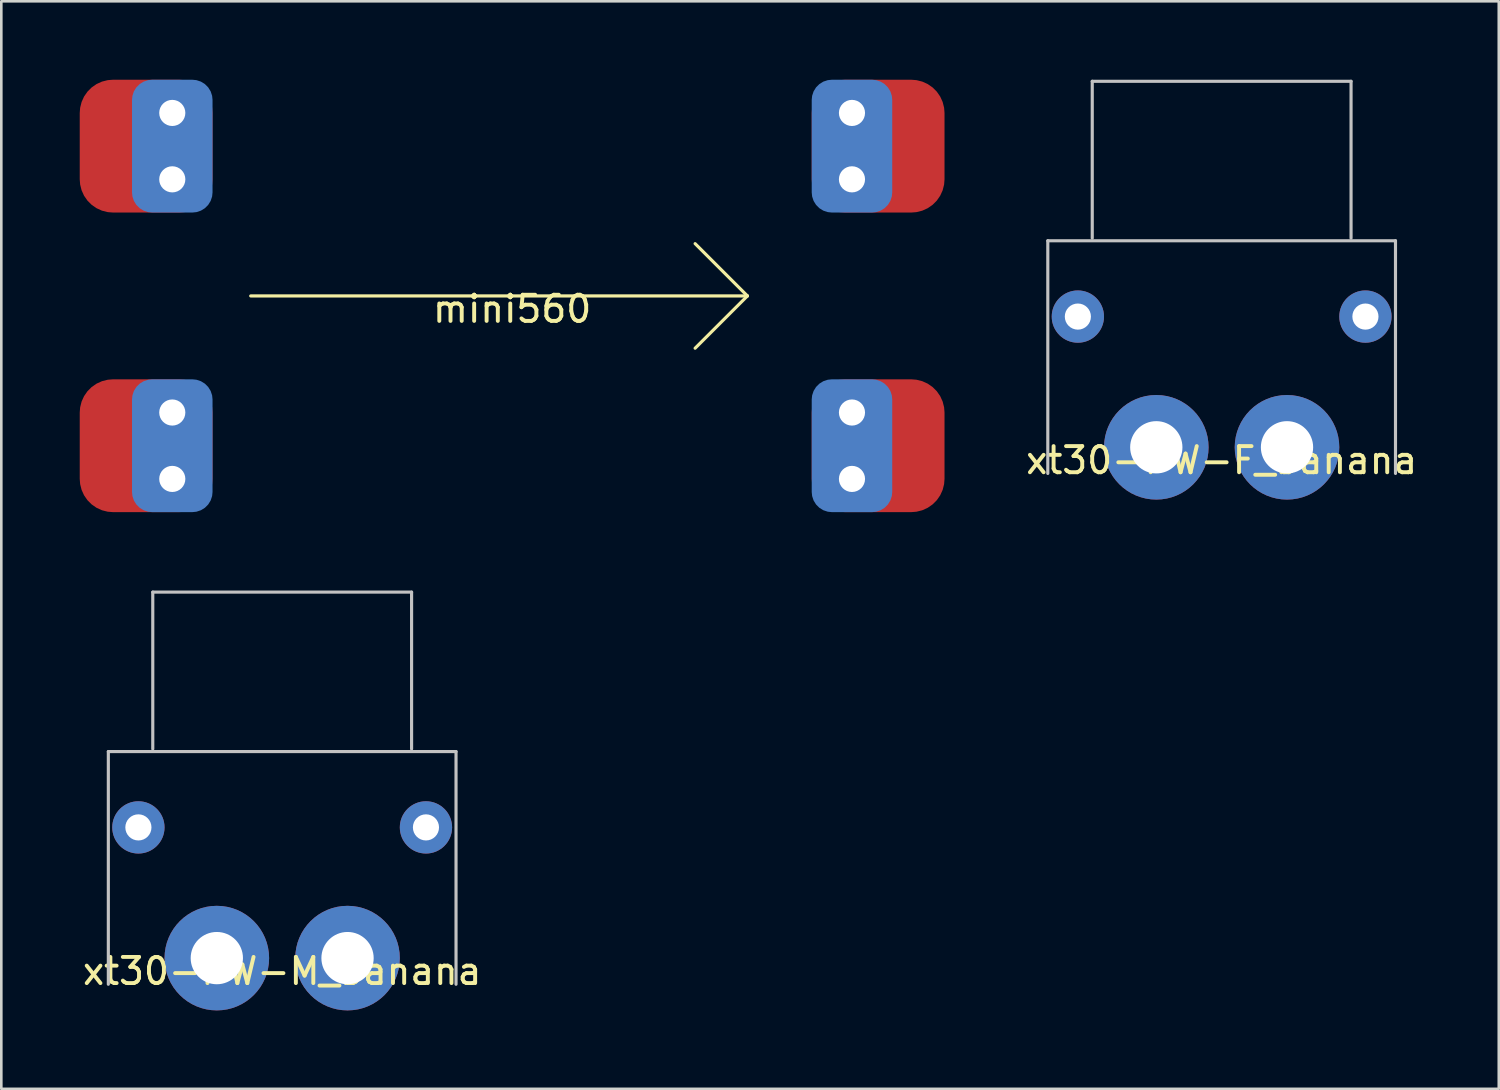
<source format=kicad_pcb>
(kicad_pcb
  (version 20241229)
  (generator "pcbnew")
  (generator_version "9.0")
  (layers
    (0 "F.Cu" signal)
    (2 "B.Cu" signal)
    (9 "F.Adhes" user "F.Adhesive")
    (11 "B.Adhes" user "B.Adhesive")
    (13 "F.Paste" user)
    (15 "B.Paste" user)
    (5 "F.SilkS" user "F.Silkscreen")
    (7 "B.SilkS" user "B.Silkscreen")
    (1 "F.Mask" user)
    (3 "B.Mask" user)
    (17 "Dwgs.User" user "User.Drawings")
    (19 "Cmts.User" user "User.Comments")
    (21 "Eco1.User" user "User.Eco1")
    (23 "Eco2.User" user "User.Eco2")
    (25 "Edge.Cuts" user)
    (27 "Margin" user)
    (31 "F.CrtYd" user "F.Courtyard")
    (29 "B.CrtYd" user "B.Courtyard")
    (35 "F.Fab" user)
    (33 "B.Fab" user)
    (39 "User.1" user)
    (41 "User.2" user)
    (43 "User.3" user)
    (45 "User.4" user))
  (footprint "xt30-PW-F_banana"
    (layer "F.Cu")
    (at 43.681 14.06)
    (property "Reference" "xt30-PW-F_banana" (at 0 0.5 0) (layer "F.SilkS") (effects (font (size 1 1) (thickness 0.15))))
    (attr through_hole)
    (fp_line (start -6.65 1) (end -6.65 -7.9) (stroke (width 0.12) (type solid)) (layer "Dwgs.User"))
    (fp_line (start -4.95 -14) (end 4.95 -14) (stroke (width 0.12) (type solid)) (layer "Dwgs.User"))
    (fp_line (start -4.95 -8) (end -4.95 -14) (stroke (width 0.12) (type solid)) (layer "Dwgs.User"))
    (fp_line (start 4.95 -14) (end 4.95 -8) (stroke (width 0.12) (type solid)) (layer "Dwgs.User"))
    (fp_line (start 6.65 -7.9) (end -6.65 -7.9) (stroke (width 0.12) (type solid)) (layer "Dwgs.User"))
    (fp_line (start 6.65 1) (end 6.65 -7.9) (stroke (width 0.12) (type solid)) (layer "Dwgs.User"))
    (pad "" thru_hole circle (at -5.5 -5) (size 2 2) (drill 1) (layers "*.Cu" "*.Mask"))
    (pad "" thru_hole circle (at 5.5 -5) (size 2 2) (drill 1) (layers "*.Cu" "*.Mask"))
    (pad "GND" thru_hole circle (at -2.5 0) (size 4 4) (drill 2) (layers "*.Cu" "*.Mask"))
    (pad "VCC" thru_hole circle (at 2.5 0) (size 4 4) (drill 2) (layers "*.Cu" "*.Mask")))
  (footprint "mini560"
    (layer "F.Cu")
    (at 16.54 8.27)
    (property "Reference" "mini560" (at 0 0.5 0) (layer "F.SilkS") (effects (font (size 1 1) (thickness 0.15))))
    (attr through_hole)
    (fp_line (start -10 0) (end 9 0) (stroke (width 0.12) (type solid)) (layer "F.SilkS"))
    (fp_line (start 9 0) (end 7 -2) (stroke (width 0.12) (type solid)) (layer "F.SilkS"))
    (fp_line (start 9 0) (end 7 2) (stroke (width 0.12) (type solid)) (layer "F.SilkS"))
    (pad "1" smd roundrect (at -14 -5.73) (size 5.08 5.08) (layers "F.Cu" "F.Mask" "F.Paste") (roundrect_rratio 0.25))
    (pad "1" thru_hole circle (at -13 -7) (size 1.524 1.524) (drill 1) (layers "*.Cu" "*.Mask"))
    (pad "1" smd roundrect (at -13 -5.73) (size 3.08 5.08) (layers "B.Cu" "B.Mask") (roundrect_rratio 0.25))
    (pad "1" thru_hole circle (at -13 -4.46) (size 1.524 1.524) (drill 1) (layers "*.Cu" "*.Mask"))
    (pad "2" smd roundrect (at -14 5.73) (size 5.08 5.08) (layers "F.Cu" "F.Mask" "F.Paste") (roundrect_rratio 0.25))
    (pad "2" thru_hole circle (at -13 4.46) (size 1.524 1.524) (drill 1) (layers "*.Cu" "*.Mask"))
    (pad "2" smd roundrect (at -13 5.73) (size 3.08 5.08) (layers "B.Cu" "B.Mask") (roundrect_rratio 0.25))
    (pad "2" thru_hole circle (at -13 7) (size 1.524 1.524) (drill 1) (layers "*.Cu" "*.Mask"))
    (pad "3" thru_hole circle (at 13 -7) (size 1.524 1.524) (drill 1) (layers "*.Cu" "*.Mask"))
    (pad "3" smd roundrect (at 13 -5.73) (size 3.08 5.08) (layers "B.Cu" "B.Mask") (roundrect_rratio 0.25))
    (pad "3" thru_hole circle (at 13 -4.46) (size 1.524 1.524) (drill 1) (layers "*.Cu" "*.Mask"))
    (pad "3" smd roundrect (at 14 -5.73) (size 5.08 5.08) (layers "F.Cu" "F.Mask" "F.Paste") (roundrect_rratio 0.25))
    (pad "4" thru_hole circle (at 13 4.46) (size 1.524 1.524) (drill 1) (layers "*.Cu" "*.Mask"))
    (pad "4" smd roundrect (at 13 5.73) (size 3.08 5.08) (layers "B.Cu" "B.Mask") (roundrect_rratio 0.25))
    (pad "4" thru_hole circle (at 13 7) (size 1.524 1.524) (drill 1) (layers "*.Cu" "*.Mask"))
    (pad "4" smd roundrect (at 14 5.73) (size 5.08 5.08) (layers "F.Cu" "F.Mask" "F.Paste") (roundrect_rratio 0.25)))
  (footprint "xt30-PW-M_banana"
    (layer "F.Cu")
    (at 7.744 33.6)
    (property "Reference" "xt30-PW-M_banana" (at 0 0.5 0) (layer "F.SilkS") (effects (font (size 1 1) (thickness 0.15))))
    (attr through_hole)
    (fp_line (start -6.65 1) (end -6.65 -7.9) (stroke (width 0.12) (type solid)) (layer "Dwgs.User"))
    (fp_line (start -4.95 -14) (end 4.95 -14) (stroke (width 0.12) (type solid)) (layer "Dwgs.User"))
    (fp_line (start -4.95 -8) (end -4.95 -14) (stroke (width 0.12) (type solid)) (layer "Dwgs.User"))
    (fp_line (start 4.95 -14) (end 4.95 -8) (stroke (width 0.12) (type solid)) (layer "Dwgs.User"))
    (fp_line (start 6.65 -7.9) (end -6.65 -7.9) (stroke (width 0.12) (type solid)) (layer "Dwgs.User"))
    (fp_line (start 6.65 1) (end 6.65 -7.9) (stroke (width 0.12) (type solid)) (layer "Dwgs.User"))
    (pad "" thru_hole circle (at -5.5 -5) (size 2 2) (drill 1) (layers "*.Cu" "*.Mask"))
    (pad "" thru_hole circle (at 5.5 -5) (size 2 2) (drill 1) (layers "*.Cu" "*.Mask"))
    (pad "GND" thru_hole circle (at 2.5 0) (size 4 4) (drill 2) (layers "*.Cu" "*.Mask"))
    (pad "VCC" thru_hole circle (at -2.5 0) (size 4 4) (drill 2) (layers "*.Cu" "*.Mask")))
  (gr_rect
    (start -3 -3)
    (end 54.282 38.6)
    (stroke (width 0.1) (type default))
    (fill no)
    (layer "Edge.Cuts")))
</source>
